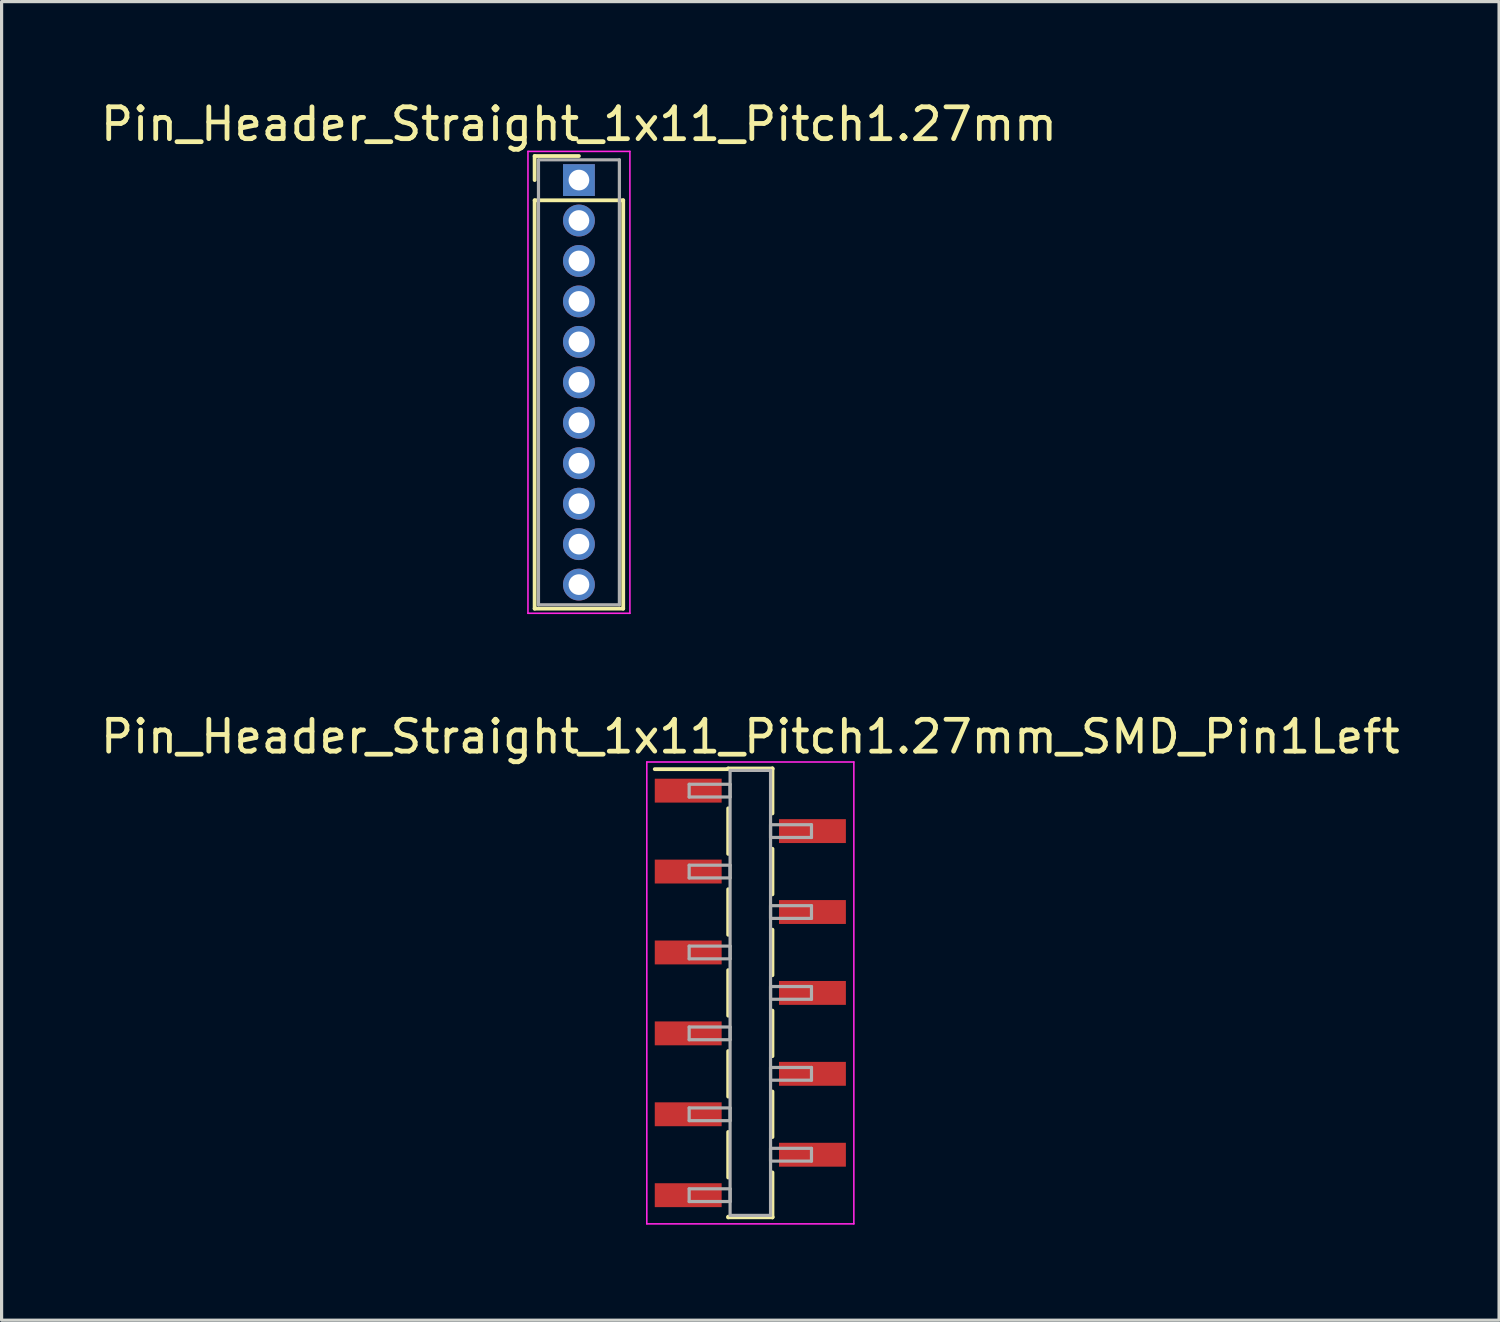
<source format=kicad_pcb>
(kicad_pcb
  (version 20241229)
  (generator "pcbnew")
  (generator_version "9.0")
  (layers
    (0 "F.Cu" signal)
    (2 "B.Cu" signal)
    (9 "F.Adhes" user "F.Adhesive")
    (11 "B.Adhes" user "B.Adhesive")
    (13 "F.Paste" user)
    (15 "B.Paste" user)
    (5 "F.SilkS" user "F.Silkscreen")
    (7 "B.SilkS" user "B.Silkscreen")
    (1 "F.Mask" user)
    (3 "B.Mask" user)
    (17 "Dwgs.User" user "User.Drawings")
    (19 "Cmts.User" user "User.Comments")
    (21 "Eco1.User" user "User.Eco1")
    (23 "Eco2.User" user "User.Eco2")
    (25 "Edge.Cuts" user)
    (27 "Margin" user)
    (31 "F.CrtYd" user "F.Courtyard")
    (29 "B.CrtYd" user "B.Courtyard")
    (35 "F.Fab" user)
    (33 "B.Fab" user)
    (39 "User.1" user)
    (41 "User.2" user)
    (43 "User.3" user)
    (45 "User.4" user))
  (footprint "Pin_Header_Straight_1x11_Pitch1.27mm"
    (layer "F.Cu")
    (at 15.125 2.603)
    (property "Reference" "Pin_Header_Straight_1x11_Pitch1.27mm" (at 0 -1.755 0) (layer "F.SilkS") (effects (font (size 1 1) (thickness 0.15))))
    (attr through_hole)
    (fp_line (start -1.39 -0.755) (end 0 -0.755) (stroke (width 0.12) (type solid)) (layer "F.SilkS"))
    (fp_line (start -1.39 0) (end -1.39 -0.755) (stroke (width 0.12) (type solid)) (layer "F.SilkS"))
    (fp_line (start -1.39 0.635) (end -1.39 13.455) (stroke (width 0.12) (type solid)) (layer "F.SilkS"))
    (fp_line (start -1.39 13.455) (end 1.39 13.455) (stroke (width 0.12) (type solid)) (layer "F.SilkS"))
    (fp_line (start 1.39 0.635) (end -1.39 0.635) (stroke (width 0.12) (type solid)) (layer "F.SilkS"))
    (fp_line (start 1.39 13.455) (end 1.39 0.635) (stroke (width 0.12) (type solid)) (layer "F.SilkS"))
    (fp_line (start -1.6 -0.9) (end -1.6 13.6) (stroke (width 0.05) (type solid)) (layer "F.CrtYd"))
    (fp_line (start -1.6 13.6) (end 1.6 13.6) (stroke (width 0.05) (type solid)) (layer "F.CrtYd"))
    (fp_line (start 1.6 -0.9) (end -1.6 -0.9) (stroke (width 0.05) (type solid)) (layer "F.CrtYd"))
    (fp_line (start 1.6 13.6) (end 1.6 -0.9) (stroke (width 0.05) (type solid)) (layer "F.CrtYd"))
    (fp_line (start -1.27 -0.635) (end -1.27 13.335) (stroke (width 0.1) (type solid)) (layer "F.Fab"))
    (fp_line (start -1.27 13.335) (end 1.27 13.335) (stroke (width 0.1) (type solid)) (layer "F.Fab"))
    (fp_line (start 1.27 -0.635) (end -1.27 -0.635) (stroke (width 0.1) (type solid)) (layer "F.Fab"))
    (fp_line (start 1.27 13.335) (end 1.27 -0.635) (stroke (width 0.1) (type solid)) (layer "F.Fab"))
    (pad "1" thru_hole rect (at 0 0) (size 1 1) (drill 0.65) (layers "*.Cu" "*.Mask"))
    (pad "2" thru_hole oval (at 0 1.27) (size 1 1) (drill 0.65) (layers "*.Cu" "*.Mask"))
    (pad "3" thru_hole oval (at 0 2.54) (size 1 1) (drill 0.65) (layers "*.Cu" "*.Mask"))
    (pad "4" thru_hole oval (at 0 3.81) (size 1 1) (drill 0.65) (layers "*.Cu" "*.Mask"))
    (pad "5" thru_hole oval (at 0 5.08) (size 1 1) (drill 0.65) (layers "*.Cu" "*.Mask"))
    (pad "6" thru_hole oval (at 0 6.35) (size 1 1) (drill 0.65) (layers "*.Cu" "*.Mask"))
    (pad "7" thru_hole oval (at 0 7.62) (size 1 1) (drill 0.65) (layers "*.Cu" "*.Mask"))
    (pad "8" thru_hole oval (at 0 8.89) (size 1 1) (drill 0.65) (layers "*.Cu" "*.Mask"))
    (pad "9" thru_hole oval (at 0 10.16) (size 1 1) (drill 0.65) (layers "*.Cu" "*.Mask"))
    (pad "10" thru_hole oval (at 0 11.43) (size 1 1) (drill 0.65) (layers "*.Cu" "*.Mask"))
    (pad "11" thru_hole oval (at 0 12.7) (size 1 1) (drill 0.65) (layers "*.Cu" "*.Mask")))
  (footprint "Pin_Header_Straight_1x11_Pitch1.27mm_SMD_Pin1Left"
    (layer "F.Cu")
    (at 20.506 28.122)
    (property "Reference" "Pin_Header_Straight_1x11_Pitch1.27mm_SMD_Pin1Left" (at 0 -8.045 0) (layer "F.SilkS") (effects (font (size 1 1) (thickness 0.15))))
    (attr smd)
    (fp_line (start -0.695 -7.045) (end 0.695 -7.045) (stroke (width 0.12) (type solid)) (layer "F.SilkS"))
    (fp_line (start -0.695 -7.025) (end -3 -7.025) (stroke (width 0.12) (type solid)) (layer "F.SilkS"))
    (fp_line (start -0.695 -7.025) (end -0.695 -7.045) (stroke (width 0.12) (type solid)) (layer "F.SilkS"))
    (fp_line (start -0.695 -5.795) (end -0.695 -4.365) (stroke (width 0.12) (type solid)) (layer "F.SilkS"))
    (fp_line (start -0.695 -3.255) (end -0.695 -1.825) (stroke (width 0.12) (type solid)) (layer "F.SilkS"))
    (fp_line (start -0.695 -0.715) (end -0.695 0.715) (stroke (width 0.12) (type solid)) (layer "F.SilkS"))
    (fp_line (start -0.695 1.825) (end -0.695 3.255) (stroke (width 0.12) (type solid)) (layer "F.SilkS"))
    (fp_line (start -0.695 4.365) (end -0.695 5.795) (stroke (width 0.12) (type solid)) (layer "F.SilkS"))
    (fp_line (start -0.695 7.025) (end -0.695 7.045) (stroke (width 0.12) (type solid)) (layer "F.SilkS"))
    (fp_line (start -0.695 7.045) (end 0.695 7.045) (stroke (width 0.12) (type solid)) (layer "F.SilkS"))
    (fp_line (start 0.695 -7.045) (end 0.695 -7.025) (stroke (width 0.12) (type solid)) (layer "F.SilkS"))
    (fp_line (start 0.695 -7.045) (end 0.695 -5.635) (stroke (width 0.12) (type solid)) (layer "F.SilkS"))
    (fp_line (start 0.695 -4.525) (end 0.695 -3.095) (stroke (width 0.12) (type solid)) (layer "F.SilkS"))
    (fp_line (start 0.695 -1.985) (end 0.695 -0.555) (stroke (width 0.12) (type solid)) (layer "F.SilkS"))
    (fp_line (start 0.695 0.555) (end 0.695 1.985) (stroke (width 0.12) (type solid)) (layer "F.SilkS"))
    (fp_line (start 0.695 3.095) (end 0.695 4.525) (stroke (width 0.12) (type solid)) (layer "F.SilkS"))
    (fp_line (start 0.695 5.635) (end 0.695 7.045) (stroke (width 0.12) (type solid)) (layer "F.SilkS"))
    (fp_line (start 0.695 7.045) (end 0.695 7.025) (stroke (width 0.12) (type solid)) (layer "F.SilkS"))
    (fp_line (start -3.25 -7.25) (end -3.25 7.25) (stroke (width 0.05) (type solid)) (layer "F.CrtYd"))
    (fp_line (start -3.25 7.25) (end 3.25 7.25) (stroke (width 0.05) (type solid)) (layer "F.CrtYd"))
    (fp_line (start 3.25 -7.25) (end -3.25 -7.25) (stroke (width 0.05) (type solid)) (layer "F.CrtYd"))
    (fp_line (start 3.25 7.25) (end 3.25 -7.25) (stroke (width 0.05) (type solid)) (layer "F.CrtYd"))
    (fp_line (start -1.92 -6.55) (end -0.635 -6.55) (stroke (width 0.1) (type solid)) (layer "F.Fab"))
    (fp_line (start -1.92 -6.15) (end -1.92 -6.55) (stroke (width 0.1) (type solid)) (layer "F.Fab"))
    (fp_line (start -1.92 -4.01) (end -0.635 -4.01) (stroke (width 0.1) (type solid)) (layer "F.Fab"))
    (fp_line (start -1.92 -3.61) (end -1.92 -4.01) (stroke (width 0.1) (type solid)) (layer "F.Fab"))
    (fp_line (start -1.92 -1.47) (end -0.635 -1.47) (stroke (width 0.1) (type solid)) (layer "F.Fab"))
    (fp_line (start -1.92 -1.07) (end -1.92 -1.47) (stroke (width 0.1) (type solid)) (layer "F.Fab"))
    (fp_line (start -1.92 1.07) (end -0.635 1.07) (stroke (width 0.1) (type solid)) (layer "F.Fab"))
    (fp_line (start -1.92 1.47) (end -1.92 1.07) (stroke (width 0.1) (type solid)) (layer "F.Fab"))
    (fp_line (start -1.92 3.61) (end -0.635 3.61) (stroke (width 0.1) (type solid)) (layer "F.Fab"))
    (fp_line (start -1.92 4.01) (end -1.92 3.61) (stroke (width 0.1) (type solid)) (layer "F.Fab"))
    (fp_line (start -1.92 6.15) (end -0.635 6.15) (stroke (width 0.1) (type solid)) (layer "F.Fab"))
    (fp_line (start -1.92 6.55) (end -1.92 6.15) (stroke (width 0.1) (type solid)) (layer "F.Fab"))
    (fp_line (start -0.635 -6.985) (end -0.635 6.985) (stroke (width 0.1) (type solid)) (layer "F.Fab"))
    (fp_line (start -0.635 -6.55) (end -0.635 -6.15) (stroke (width 0.1) (type solid)) (layer "F.Fab"))
    (fp_line (start -0.635 -6.15) (end -1.92 -6.15) (stroke (width 0.1) (type solid)) (layer "F.Fab"))
    (fp_line (start -0.635 -4.01) (end -0.635 -3.61) (stroke (width 0.1) (type solid)) (layer "F.Fab"))
    (fp_line (start -0.635 -3.61) (end -1.92 -3.61) (stroke (width 0.1) (type solid)) (layer "F.Fab"))
    (fp_line (start -0.635 -1.47) (end -0.635 -1.07) (stroke (width 0.1) (type solid)) (layer "F.Fab"))
    (fp_line (start -0.635 -1.07) (end -1.92 -1.07) (stroke (width 0.1) (type solid)) (layer "F.Fab"))
    (fp_line (start -0.635 1.07) (end -0.635 1.47) (stroke (width 0.1) (type solid)) (layer "F.Fab"))
    (fp_line (start -0.635 1.47) (end -1.92 1.47) (stroke (width 0.1) (type solid)) (layer "F.Fab"))
    (fp_line (start -0.635 3.61) (end -0.635 4.01) (stroke (width 0.1) (type solid)) (layer "F.Fab"))
    (fp_line (start -0.635 4.01) (end -1.92 4.01) (stroke (width 0.1) (type solid)) (layer "F.Fab"))
    (fp_line (start -0.635 6.15) (end -0.635 6.55) (stroke (width 0.1) (type solid)) (layer "F.Fab"))
    (fp_line (start -0.635 6.55) (end -1.92 6.55) (stroke (width 0.1) (type solid)) (layer "F.Fab"))
    (fp_line (start -0.635 6.985) (end 0.635 6.985) (stroke (width 0.1) (type solid)) (layer "F.Fab"))
    (fp_line (start 0.635 -6.985) (end -0.635 -6.985) (stroke (width 0.1) (type solid)) (layer "F.Fab"))
    (fp_line (start 0.635 -5.28) (end 0.635 -4.88) (stroke (width 0.1) (type solid)) (layer "F.Fab"))
    (fp_line (start 0.635 -4.88) (end 1.92 -4.88) (stroke (width 0.1) (type solid)) (layer "F.Fab"))
    (fp_line (start 0.635 -2.74) (end 0.635 -2.34) (stroke (width 0.1) (type solid)) (layer "F.Fab"))
    (fp_line (start 0.635 -2.34) (end 1.92 -2.34) (stroke (width 0.1) (type solid)) (layer "F.Fab"))
    (fp_line (start 0.635 -0.2) (end 0.635 0.2) (stroke (width 0.1) (type solid)) (layer "F.Fab"))
    (fp_line (start 0.635 0.2) (end 1.92 0.2) (stroke (width 0.1) (type solid)) (layer "F.Fab"))
    (fp_line (start 0.635 2.34) (end 0.635 2.74) (stroke (width 0.1) (type solid)) (layer "F.Fab"))
    (fp_line (start 0.635 2.74) (end 1.92 2.74) (stroke (width 0.1) (type solid)) (layer "F.Fab"))
    (fp_line (start 0.635 4.88) (end 0.635 5.28) (stroke (width 0.1) (type solid)) (layer "F.Fab"))
    (fp_line (start 0.635 5.28) (end 1.92 5.28) (stroke (width 0.1) (type solid)) (layer "F.Fab"))
    (fp_line (start 0.635 6.985) (end 0.635 -6.985) (stroke (width 0.1) (type solid)) (layer "F.Fab"))
    (fp_line (start 1.92 -5.28) (end 0.635 -5.28) (stroke (width 0.1) (type solid)) (layer "F.Fab"))
    (fp_line (start 1.92 -4.88) (end 1.92 -5.28) (stroke (width 0.1) (type solid)) (layer "F.Fab"))
    (fp_line (start 1.92 -2.74) (end 0.635 -2.74) (stroke (width 0.1) (type solid)) (layer "F.Fab"))
    (fp_line (start 1.92 -2.34) (end 1.92 -2.74) (stroke (width 0.1) (type solid)) (layer "F.Fab"))
    (fp_line (start 1.92 -0.2) (end 0.635 -0.2) (stroke (width 0.1) (type solid)) (layer "F.Fab"))
    (fp_line (start 1.92 0.2) (end 1.92 -0.2) (stroke (width 0.1) (type solid)) (layer "F.Fab"))
    (fp_line (start 1.92 2.34) (end 0.635 2.34) (stroke (width 0.1) (type solid)) (layer "F.Fab"))
    (fp_line (start 1.92 2.74) (end 1.92 2.34) (stroke (width 0.1) (type solid)) (layer "F.Fab"))
    (fp_line (start 1.92 4.88) (end 0.635 4.88) (stroke (width 0.1) (type solid)) (layer "F.Fab"))
    (fp_line (start 1.92 5.28) (end 1.92 4.88) (stroke (width 0.1) (type solid)) (layer "F.Fab"))
    (pad "1" smd rect (at -1.95 -6.35) (size 2.1 0.75) (layers "F.Cu" "F.Mask"))
    (pad "2" smd rect (at 1.95 -5.08) (size 2.1 0.75) (layers "F.Cu" "F.Mask"))
    (pad "3" smd rect (at -1.95 -3.81) (size 2.1 0.75) (layers "F.Cu" "F.Mask"))
    (pad "4" smd rect (at 1.95 -2.54) (size 2.1 0.75) (layers "F.Cu" "F.Mask"))
    (pad "5" smd rect (at -1.95 -1.27) (size 2.1 0.75) (layers "F.Cu" "F.Mask"))
    (pad "6" smd rect (at 1.95 0) (size 2.1 0.75) (layers "F.Cu" "F.Mask"))
    (pad "7" smd rect (at -1.95 1.27) (size 2.1 0.75) (layers "F.Cu" "F.Mask"))
    (pad "8" smd rect (at 1.95 2.54) (size 2.1 0.75) (layers "F.Cu" "F.Mask"))
    (pad "9" smd rect (at -1.95 3.81) (size 2.1 0.75) (layers "F.Cu" "F.Mask"))
    (pad "10" smd rect (at 1.95 5.08) (size 2.1 0.75) (layers "F.Cu" "F.Mask"))
    (pad "11" smd rect (at -1.95 6.35) (size 2.1 0.75) (layers "F.Cu" "F.Mask")))
  (gr_rect
    (start -3 -3)
    (end 44.012 38.397)
    (stroke (width 0.1) (type default))
    (fill no)
    (layer "Edge.Cuts")))
</source>
